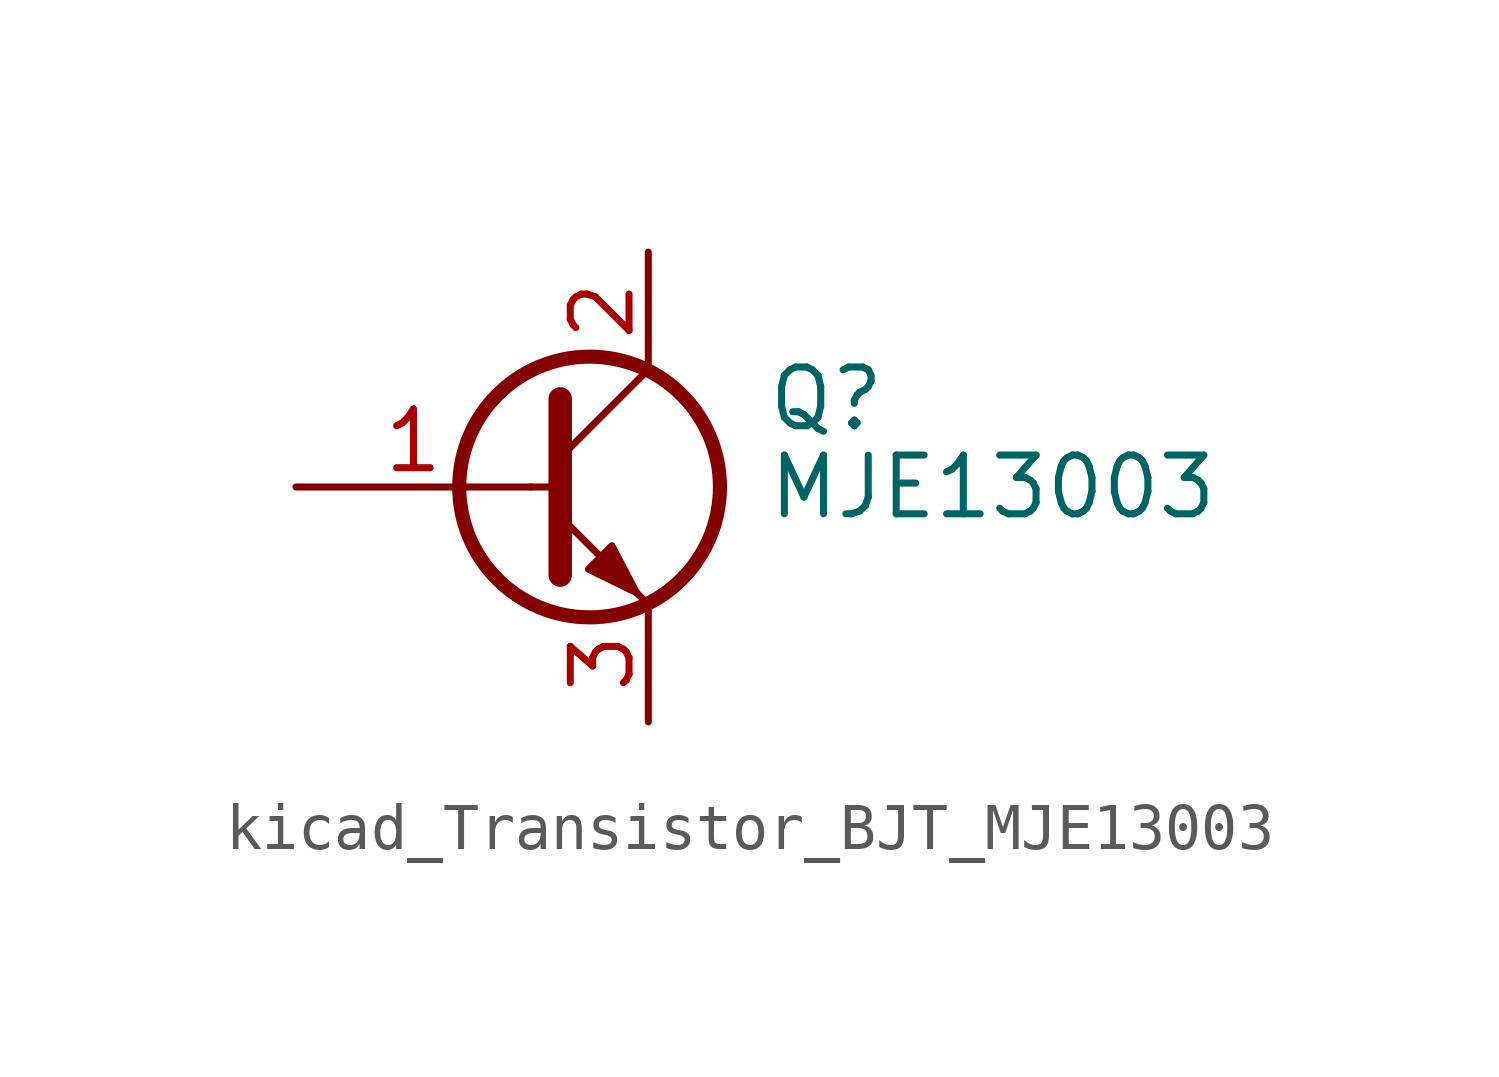
<source format=kicad_sym>
(kicad_symbol_lib
  (version 20220914)
  (generator kicad_symbol_editor)
  (symbol "kicad_Transistor_BJT_MJE13003"
    (pin_names
      (offset 0) hide)
    (property "Reference" "Q"
      (at 5.08 1.905 0)
      (effects (font (size 1.27 1.27)) (justify left)))
    (property "Value" "MJE13003"
      (at 5.08 0 0)
      (effects (font (size 1.27 1.27)) (justify left)))
    (symbol "kicad_Transistor_BJT_MJE13003_0_1"
      (polyline (pts (xy 0 0) (xy 0.635 0)) (stroke (width 0) (type default)) (fill (type none)))
      (polyline (pts (xy 2.54 -2.54) (xy 0.635 -0.635)) (stroke (width 0) (type default)) (fill (type none)))
      (polyline (pts (xy 2.54 2.54) (xy 0.635 0.635)) (stroke (width 0) (type default)) (fill (type none)))
      (polyline (pts (xy 0.635 1.905) (xy 0.635 -1.905) (xy 0.635 -1.905)) (stroke (width 0.508) (type default)) (fill (type outline)))
      (polyline (pts (xy 1.245 -1.778) (xy 1.753 -1.27) (xy 2.286 -2.286) (xy 1.245 -1.778) (xy 1.245 -1.778)) (stroke (width 0) (type default)) (fill (type outline)))
      (circle (center 1.27 0) (radius 2.819) (stroke (width 0.305) (type default)) (fill (type none))))
    (symbol "kicad_Transistor_BJT_MJE13003_1_1"
      (pin input line (at -5.08 0 0) (length 5.08) (name "B" (effects (font (size 1.27 1.27)))) (number "1" (effects (font (size 1.27 1.27)))))
      (pin passive line (at 2.54 5.08 270) (length 2.54) (name "C" (effects (font (size 1.27 1.27)))) (number "2" (effects (font (size 1.27 1.27)))))
      (pin passive line (at 2.54 -5.08 90) (length 2.54) (name "E" (effects (font (size 1.27 1.27)))) (number "3" (effects (font (size 1.27 1.27))))))))
</source>
